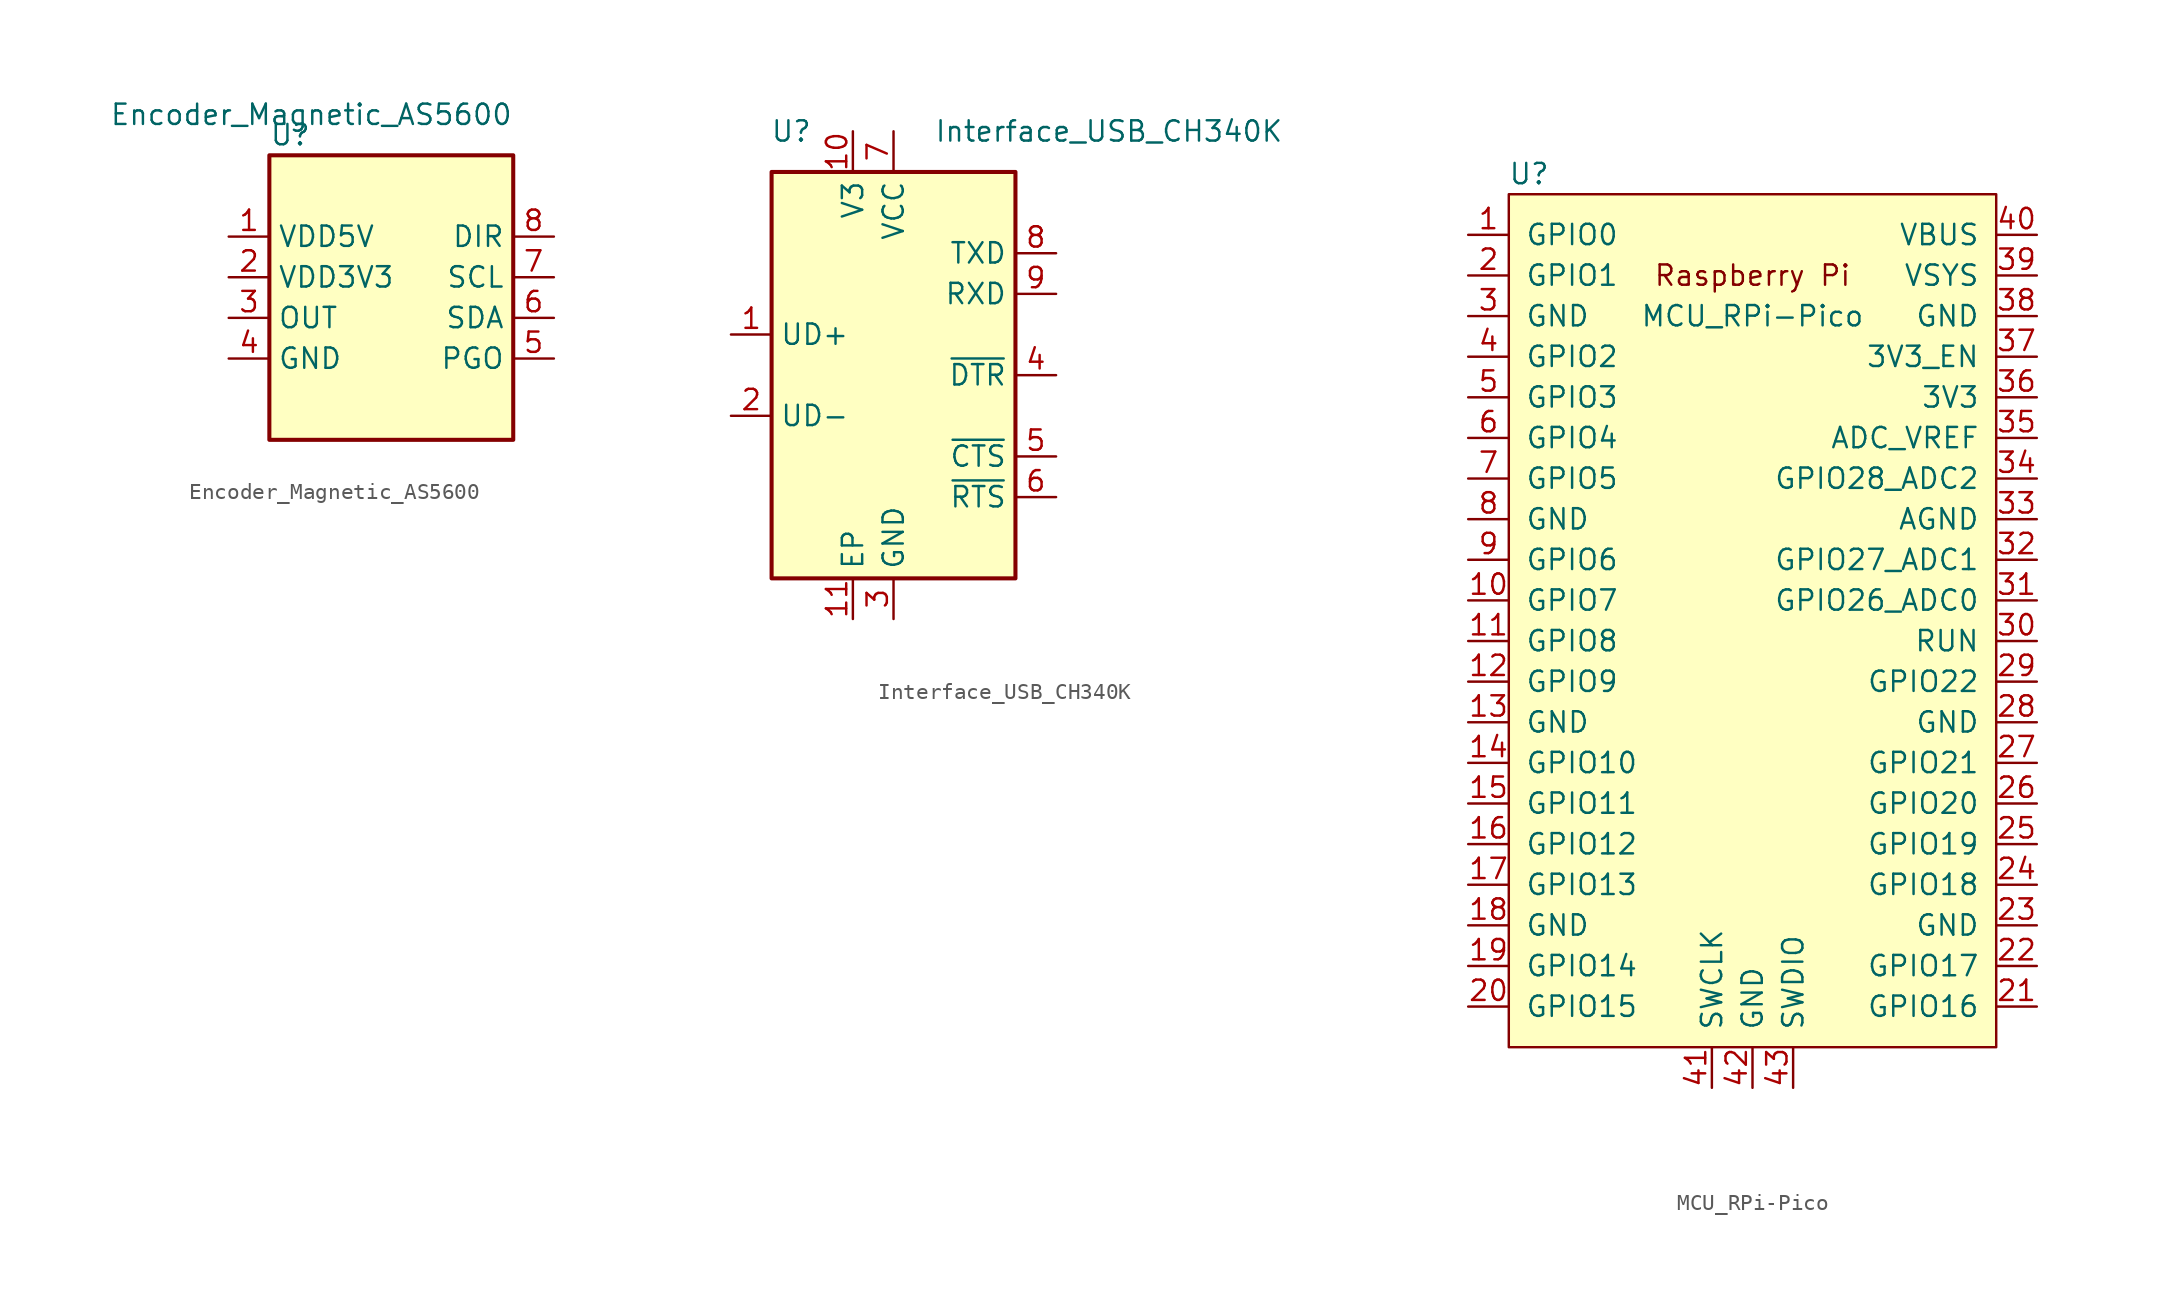
<source format=kicad_sym>
(kicad_symbol_lib
  (version 20220914)
  (generator kicad_symbol_editor)
  (symbol "Encoder_Magnetic_AS5600"
    (property "Reference" "U"
      (at -10.16 11.43 0)
      (effects (font (size 1.27 1.27)) (justify left)))
    (property "Value" "Encoder_Magnetic_AS5600"
      (at 5.08 12.7 0)
      (effects (font (size 1.27 1.27)) (justify right)))
    (symbol "Encoder_Magnetic_AS5600_0_1"
      (rectangle (start -10.16 10.16) (end 5.08 -7.62) (stroke (width 0.254) (type default)) (fill (type background))))
    (symbol "Encoder_Magnetic_AS5600_1_1"
      (pin bidirectional line (at -12.7 5.08 0) (length 2.54) (name "VDD5V" (effects (font (size 1.27 1.27)))) (number "1" (effects (font (size 1.27 1.27)))))
      (pin bidirectional line (at -12.7 2.54 0) (length 2.54) (name "VDD3V3" (effects (font (size 1.27 1.27)))) (number "2" (effects (font (size 1.27 1.27)))))
      (pin bidirectional line (at -12.7 0 0) (length 2.54) (name "OUT" (effects (font (size 1.27 1.27)))) (number "3" (effects (font (size 1.27 1.27)))))
      (pin bidirectional line (at -12.7 -2.54 0) (length 2.54) (name "GND" (effects (font (size 1.27 1.27)))) (number "4" (effects (font (size 1.27 1.27)))))
      (pin bidirectional line (at 7.62 -2.54 180) (length 2.54) (name "PGO" (effects (font (size 1.27 1.27)))) (number "5" (effects (font (size 1.27 1.27)))))
      (pin bidirectional line (at 7.62 0 180) (length 2.54) (name "SDA" (effects (font (size 1.27 1.27)))) (number "6" (effects (font (size 1.27 1.27)))))
      (pin bidirectional line (at 7.62 2.54 180) (length 2.54) (name "SCL" (effects (font (size 1.27 1.27)))) (number "7" (effects (font (size 1.27 1.27)))))
      (pin bidirectional line (at 7.62 5.08 180) (length 2.54) (name "DIR" (effects (font (size 1.27 1.27)))) (number "8" (effects (font (size 1.27 1.27)))))))
  (symbol "Interface_USB_CH340K"
    (property "Reference" "U"
      (at -5.08 15.24 0)
      (effects (font (size 1.27 1.27)) (justify right)))
    (property "Value" "Interface_USB_CH340K"
      (at 2.54 15.24 0)
      (effects (font (size 1.27 1.27)) (justify left)))
    (symbol "Interface_USB_CH340K_0_1"
      (rectangle (start -7.62 12.7) (end 7.62 -12.7) (stroke (width 0.254) (type default)) (fill (type background))))
    (symbol "Interface_USB_CH340K_1_1"
      (pin bidirectional line (at -10.16 2.54 0) (length 2.54) (name "UD+" (effects (font (size 1.27 1.27)))) (number "1" (effects (font (size 1.27 1.27)))))
      (pin passive line (at -2.54 15.24 270) (length 2.54) (name "V3" (effects (font (size 1.27 1.27)))) (number "10" (effects (font (size 1.27 1.27)))))
      (pin input line (at -2.54 -15.24 90) (length 2.54) (name "EP" (effects (font (size 1.27 1.27)))) (number "11" (effects (font (size 1.27 1.27)))))
      (pin bidirectional line (at -10.16 -2.54 0) (length 2.54) (name "UD-" (effects (font (size 1.27 1.27)))) (number "2" (effects (font (size 1.27 1.27)))))
      (pin power_in line (at 0 -15.24 90) (length 2.54) (name "GND" (effects (font (size 1.27 1.27)))) (number "3" (effects (font (size 1.27 1.27)))))
      (pin output line (at 10.16 0 180) (length 2.54) (name "~{DTR}" (effects (font (size 1.27 1.27)))) (number "4" (effects (font (size 1.27 1.27)))))
      (pin input line (at 10.16 -5.08 180) (length 2.54) (name "~{CTS}" (effects (font (size 1.27 1.27)))) (number "5" (effects (font (size 1.27 1.27)))))
      (pin output line (at 10.16 -7.62 180) (length 2.54) (name "~{RTS}" (effects (font (size 1.27 1.27)))) (number "6" (effects (font (size 1.27 1.27)))))
      (pin power_in line (at 0 15.24 270) (length 2.54) (name "VCC" (effects (font (size 1.27 1.27)))) (number "7" (effects (font (size 1.27 1.27)))))
      (pin output line (at 10.16 7.62 180) (length 2.54) (name "TXD" (effects (font (size 1.27 1.27)))) (number "8" (effects (font (size 1.27 1.27)))))
      (pin input line (at 10.16 5.08 180) (length 2.54) (name "RXD" (effects (font (size 1.27 1.27)))) (number "9" (effects (font (size 1.27 1.27)))))))
  (symbol "MCU_RPi-Pico"
    (pin_names
      (offset 1.016))
    (property "Reference" "U"
      (at -13.97 27.94 0)
      (effects (font (size 1.27 1.27))))
    (property "Value" "MCU_RPi-Pico"
      (at 0 19.05 0)
      (effects (font (size 1.27 1.27))))
    (symbol "MCU_RPi-Pico_0_0"
      (text "Raspberry Pi" (at 0 21.59 0) (effects (font (size 1.27 1.27)))))
    (symbol "MCU_RPi-Pico_0_1"
      (rectangle (start -15.24 26.67) (end 15.24 -26.67) (stroke (width 0) (type default)) (fill (type background))))
    (symbol "MCU_RPi-Pico_1_1"
      (pin bidirectional line (at -17.78 24.13 0) (length 2.54) (name "GPIO0" (effects (font (size 1.27 1.27)))) (number "1" (effects (font (size 1.27 1.27)))))
      (pin bidirectional line (at -17.78 1.27 0) (length 2.54) (name "GPIO7" (effects (font (size 1.27 1.27)))) (number "10" (effects (font (size 1.27 1.27)))))
      (pin bidirectional line (at -17.78 -1.27 0) (length 2.54) (name "GPIO8" (effects (font (size 1.27 1.27)))) (number "11" (effects (font (size 1.27 1.27)))))
      (pin bidirectional line (at -17.78 -3.81 0) (length 2.54) (name "GPIO9" (effects (font (size 1.27 1.27)))) (number "12" (effects (font (size 1.27 1.27)))))
      (pin power_in line (at -17.78 -6.35 0) (length 2.54) (name "GND" (effects (font (size 1.27 1.27)))) (number "13" (effects (font (size 1.27 1.27)))))
      (pin bidirectional line (at -17.78 -8.89 0) (length 2.54) (name "GPIO10" (effects (font (size 1.27 1.27)))) (number "14" (effects (font (size 1.27 1.27)))))
      (pin bidirectional line (at -17.78 -11.43 0) (length 2.54) (name "GPIO11" (effects (font (size 1.27 1.27)))) (number "15" (effects (font (size 1.27 1.27)))))
      (pin bidirectional line (at -17.78 -13.97 0) (length 2.54) (name "GPIO12" (effects (font (size 1.27 1.27)))) (number "16" (effects (font (size 1.27 1.27)))))
      (pin bidirectional line (at -17.78 -16.51 0) (length 2.54) (name "GPIO13" (effects (font (size 1.27 1.27)))) (number "17" (effects (font (size 1.27 1.27)))))
      (pin power_in line (at -17.78 -19.05 0) (length 2.54) (name "GND" (effects (font (size 1.27 1.27)))) (number "18" (effects (font (size 1.27 1.27)))))
      (pin bidirectional line (at -17.78 -21.59 0) (length 2.54) (name "GPIO14" (effects (font (size 1.27 1.27)))) (number "19" (effects (font (size 1.27 1.27)))))
      (pin bidirectional line (at -17.78 21.59 0) (length 2.54) (name "GPIO1" (effects (font (size 1.27 1.27)))) (number "2" (effects (font (size 1.27 1.27)))))
      (pin bidirectional line (at -17.78 -24.13 0) (length 2.54) (name "GPIO15" (effects (font (size 1.27 1.27)))) (number "20" (effects (font (size 1.27 1.27)))))
      (pin bidirectional line (at 17.78 -24.13 180) (length 2.54) (name "GPIO16" (effects (font (size 1.27 1.27)))) (number "21" (effects (font (size 1.27 1.27)))))
      (pin bidirectional line (at 17.78 -21.59 180) (length 2.54) (name "GPIO17" (effects (font (size 1.27 1.27)))) (number "22" (effects (font (size 1.27 1.27)))))
      (pin power_in line (at 17.78 -19.05 180) (length 2.54) (name "GND" (effects (font (size 1.27 1.27)))) (number "23" (effects (font (size 1.27 1.27)))))
      (pin bidirectional line (at 17.78 -16.51 180) (length 2.54) (name "GPIO18" (effects (font (size 1.27 1.27)))) (number "24" (effects (font (size 1.27 1.27)))))
      (pin bidirectional line (at 17.78 -13.97 180) (length 2.54) (name "GPIO19" (effects (font (size 1.27 1.27)))) (number "25" (effects (font (size 1.27 1.27)))))
      (pin bidirectional line (at 17.78 -11.43 180) (length 2.54) (name "GPIO20" (effects (font (size 1.27 1.27)))) (number "26" (effects (font (size 1.27 1.27)))))
      (pin bidirectional line (at 17.78 -8.89 180) (length 2.54) (name "GPIO21" (effects (font (size 1.27 1.27)))) (number "27" (effects (font (size 1.27 1.27)))))
      (pin power_in line (at 17.78 -6.35 180) (length 2.54) (name "GND" (effects (font (size 1.27 1.27)))) (number "28" (effects (font (size 1.27 1.27)))))
      (pin bidirectional line (at 17.78 -3.81 180) (length 2.54) (name "GPIO22" (effects (font (size 1.27 1.27)))) (number "29" (effects (font (size 1.27 1.27)))))
      (pin power_in line (at -17.78 19.05 0) (length 2.54) (name "GND" (effects (font (size 1.27 1.27)))) (number "3" (effects (font (size 1.27 1.27)))))
      (pin input line (at 17.78 -1.27 180) (length 2.54) (name "RUN" (effects (font (size 1.27 1.27)))) (number "30" (effects (font (size 1.27 1.27)))))
      (pin bidirectional line (at 17.78 1.27 180) (length 2.54) (name "GPIO26_ADC0" (effects (font (size 1.27 1.27)))) (number "31" (effects (font (size 1.27 1.27)))))
      (pin bidirectional line (at 17.78 3.81 180) (length 2.54) (name "GPIO27_ADC1" (effects (font (size 1.27 1.27)))) (number "32" (effects (font (size 1.27 1.27)))))
      (pin power_in line (at 17.78 6.35 180) (length 2.54) (name "AGND" (effects (font (size 1.27 1.27)))) (number "33" (effects (font (size 1.27 1.27)))))
      (pin bidirectional line (at 17.78 8.89 180) (length 2.54) (name "GPIO28_ADC2" (effects (font (size 1.27 1.27)))) (number "34" (effects (font (size 1.27 1.27)))))
      (pin unspecified line (at 17.78 11.43 180) (length 2.54) (name "ADC_VREF" (effects (font (size 1.27 1.27)))) (number "35" (effects (font (size 1.27 1.27)))))
      (pin unspecified line (at 17.78 13.97 180) (length 2.54) (name "3V3" (effects (font (size 1.27 1.27)))) (number "36" (effects (font (size 1.27 1.27)))))
      (pin input line (at 17.78 16.51 180) (length 2.54) (name "3V3_EN" (effects (font (size 1.27 1.27)))) (number "37" (effects (font (size 1.27 1.27)))))
      (pin bidirectional line (at 17.78 19.05 180) (length 2.54) (name "GND" (effects (font (size 1.27 1.27)))) (number "38" (effects (font (size 1.27 1.27)))))
      (pin unspecified line (at 17.78 21.59 180) (length 2.54) (name "VSYS" (effects (font (size 1.27 1.27)))) (number "39" (effects (font (size 1.27 1.27)))))
      (pin bidirectional line (at -17.78 16.51 0) (length 2.54) (name "GPIO2" (effects (font (size 1.27 1.27)))) (number "4" (effects (font (size 1.27 1.27)))))
      (pin unspecified line (at 17.78 24.13 180) (length 2.54) (name "VBUS" (effects (font (size 1.27 1.27)))) (number "40" (effects (font (size 1.27 1.27)))))
      (pin input line (at -2.54 -29.21 90) (length 2.54) (name "SWCLK" (effects (font (size 1.27 1.27)))) (number "41" (effects (font (size 1.27 1.27)))))
      (pin power_in line (at 0 -29.21 90) (length 2.54) (name "GND" (effects (font (size 1.27 1.27)))) (number "42" (effects (font (size 1.27 1.27)))))
      (pin bidirectional line (at 2.54 -29.21 90) (length 2.54) (name "SWDIO" (effects (font (size 1.27 1.27)))) (number "43" (effects (font (size 1.27 1.27)))))
      (pin bidirectional line (at -17.78 13.97 0) (length 2.54) (name "GPIO3" (effects (font (size 1.27 1.27)))) (number "5" (effects (font (size 1.27 1.27)))))
      (pin bidirectional line (at -17.78 11.43 0) (length 2.54) (name "GPIO4" (effects (font (size 1.27 1.27)))) (number "6" (effects (font (size 1.27 1.27)))))
      (pin bidirectional line (at -17.78 8.89 0) (length 2.54) (name "GPIO5" (effects (font (size 1.27 1.27)))) (number "7" (effects (font (size 1.27 1.27)))))
      (pin power_in line (at -17.78 6.35 0) (length 2.54) (name "GND" (effects (font (size 1.27 1.27)))) (number "8" (effects (font (size 1.27 1.27)))))
      (pin bidirectional line (at -17.78 3.81 0) (length 2.54) (name "GPIO6" (effects (font (size 1.27 1.27)))) (number "9" (effects (font (size 1.27 1.27))))))))
</source>
